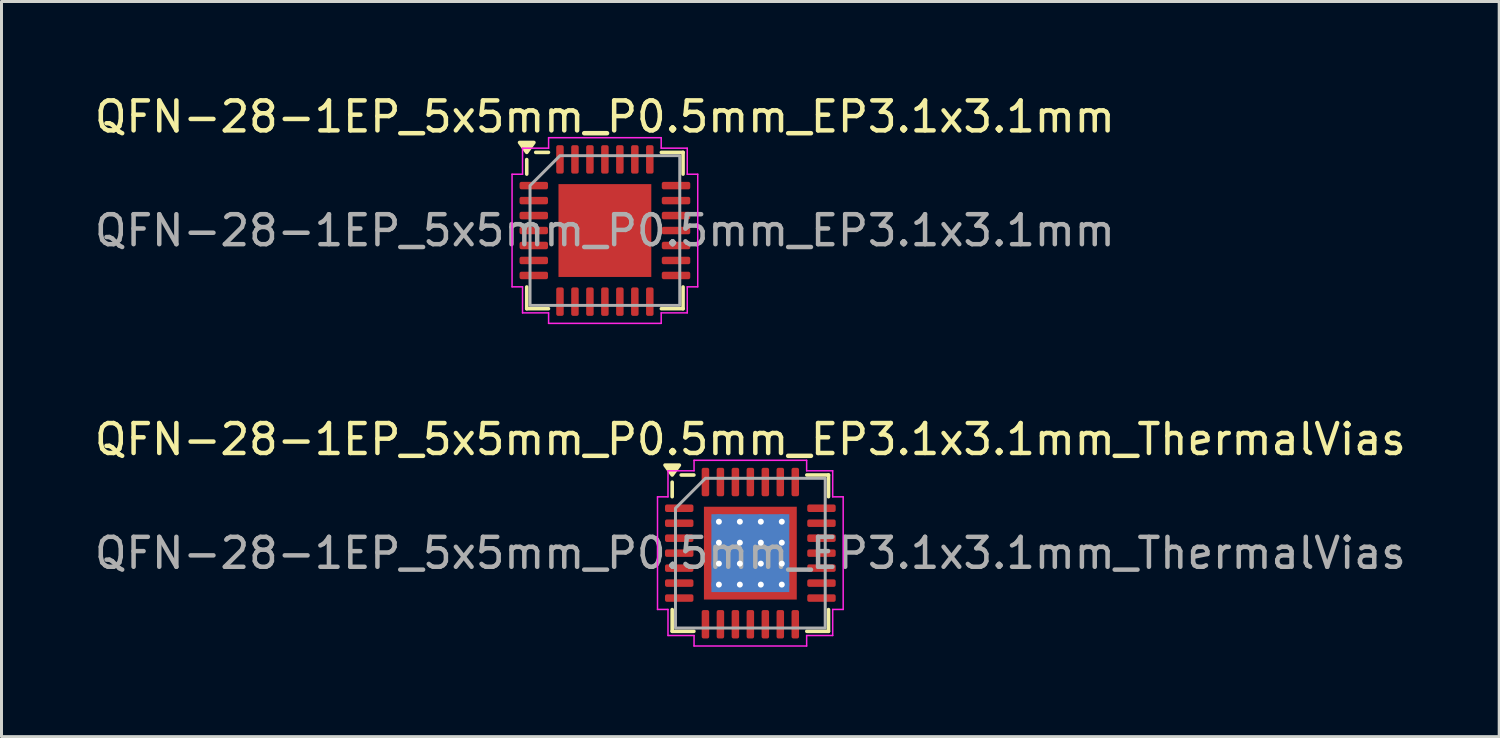
<source format=kicad_pcb>
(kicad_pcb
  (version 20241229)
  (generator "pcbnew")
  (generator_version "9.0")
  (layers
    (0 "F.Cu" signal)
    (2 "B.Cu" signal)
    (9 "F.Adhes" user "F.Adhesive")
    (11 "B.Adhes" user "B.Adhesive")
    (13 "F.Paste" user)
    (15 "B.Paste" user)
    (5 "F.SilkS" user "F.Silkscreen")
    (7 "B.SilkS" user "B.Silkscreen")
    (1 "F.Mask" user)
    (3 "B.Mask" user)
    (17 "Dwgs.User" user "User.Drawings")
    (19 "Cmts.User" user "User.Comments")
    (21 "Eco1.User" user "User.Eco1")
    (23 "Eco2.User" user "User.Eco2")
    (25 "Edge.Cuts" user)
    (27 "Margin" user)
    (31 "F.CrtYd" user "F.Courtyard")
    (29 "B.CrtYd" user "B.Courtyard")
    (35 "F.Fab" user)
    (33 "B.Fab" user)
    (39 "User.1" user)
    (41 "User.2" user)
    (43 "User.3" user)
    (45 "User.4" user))
  (footprint "QFN-28-1EP_5x5mm_P0.5mm_EP3.1x3.1mm_ThermalVias"
    (layer "F.Cu")
    (at 22.006 15.421)
    (property "Reference" "QFN-28-1EP_5x5mm_P0.5mm_EP3.1x3.1mm_ThermalVias" (at 0 -3.8 0) (layer "F.SilkS") (effects (font (size 1 1) (thickness 0.15))))
    (attr smd)
    (fp_line (start -2.61 -1.885) (end -2.61 -2.37) (stroke (width 0.12) (type solid)) (layer "F.SilkS"))
    (fp_line (start -2.61 2.61) (end -2.61 1.885) (stroke (width 0.12) (type solid)) (layer "F.SilkS"))
    (fp_line (start -1.885 -2.61) (end -2.31 -2.61) (stroke (width 0.12) (type solid)) (layer "F.SilkS"))
    (fp_line (start -1.885 2.61) (end -2.61 2.61) (stroke (width 0.12) (type solid)) (layer "F.SilkS"))
    (fp_line (start 1.885 -2.61) (end 2.61 -2.61) (stroke (width 0.12) (type solid)) (layer "F.SilkS"))
    (fp_line (start 1.885 2.61) (end 2.61 2.61) (stroke (width 0.12) (type solid)) (layer "F.SilkS"))
    (fp_line (start 2.61 -2.61) (end 2.61 -1.885) (stroke (width 0.12) (type solid)) (layer "F.SilkS"))
    (fp_line (start 2.61 2.61) (end 2.61 1.885) (stroke (width 0.12) (type solid)) (layer "F.SilkS"))
    (fp_poly (pts (xy -2.61 -2.61) (xy -2.85 -2.94) (xy -2.37 -2.94)) (stroke (width 0.12) (type solid)) (fill yes) (layer "F.SilkS"))
    (fp_line (start -3.1 -1.88) (end -2.75 -1.88) (stroke (width 0.05) (type solid)) (layer "F.CrtYd"))
    (fp_line (start -3.1 1.88) (end -3.1 -1.88) (stroke (width 0.05) (type solid)) (layer "F.CrtYd"))
    (fp_line (start -2.75 -2.75) (end -1.88 -2.75) (stroke (width 0.05) (type solid)) (layer "F.CrtYd"))
    (fp_line (start -2.75 -1.88) (end -2.75 -2.75) (stroke (width 0.05) (type solid)) (layer "F.CrtYd"))
    (fp_line (start -2.75 1.88) (end -3.1 1.88) (stroke (width 0.05) (type solid)) (layer "F.CrtYd"))
    (fp_line (start -2.75 2.75) (end -2.75 1.88) (stroke (width 0.05) (type solid)) (layer "F.CrtYd"))
    (fp_line (start -1.88 -3.1) (end 1.88 -3.1) (stroke (width 0.05) (type solid)) (layer "F.CrtYd"))
    (fp_line (start -1.88 -2.75) (end -1.88 -3.1) (stroke (width 0.05) (type solid)) (layer "F.CrtYd"))
    (fp_line (start -1.88 2.75) (end -2.75 2.75) (stroke (width 0.05) (type solid)) (layer "F.CrtYd"))
    (fp_line (start -1.88 3.1) (end -1.88 2.75) (stroke (width 0.05) (type solid)) (layer "F.CrtYd"))
    (fp_line (start 1.88 -3.1) (end 1.88 -2.75) (stroke (width 0.05) (type solid)) (layer "F.CrtYd"))
    (fp_line (start 1.88 -2.75) (end 2.75 -2.75) (stroke (width 0.05) (type solid)) (layer "F.CrtYd"))
    (fp_line (start 1.88 2.75) (end 1.88 3.1) (stroke (width 0.05) (type solid)) (layer "F.CrtYd"))
    (fp_line (start 1.88 3.1) (end -1.88 3.1) (stroke (width 0.05) (type solid)) (layer "F.CrtYd"))
    (fp_line (start 2.75 -2.75) (end 2.75 -1.88) (stroke (width 0.05) (type solid)) (layer "F.CrtYd"))
    (fp_line (start 2.75 -1.88) (end 3.1 -1.88) (stroke (width 0.05) (type solid)) (layer "F.CrtYd"))
    (fp_line (start 2.75 1.88) (end 2.75 2.75) (stroke (width 0.05) (type solid)) (layer "F.CrtYd"))
    (fp_line (start 2.75 2.75) (end 1.88 2.75) (stroke (width 0.05) (type solid)) (layer "F.CrtYd"))
    (fp_line (start 3.1 -1.88) (end 3.1 1.88) (stroke (width 0.05) (type solid)) (layer "F.CrtYd"))
    (fp_line (start 3.1 1.88) (end 2.75 1.88) (stroke (width 0.05) (type solid)) (layer "F.CrtYd"))
    (fp_poly (pts (xy -2.5 -1.5) (xy -2.5 2.5) (xy 2.5 2.5) (xy 2.5 -2.5) (xy -1.5 -2.5)) (stroke (width 0.1) (type solid)) (fill no) (layer "F.Fab"))
    (fp_text user "${REFERENCE}" (at 0 0 0) (layer "F.Fab") (effects (font (size 1 1) (thickness 0.15))))
    (pad "" smd roundrect (at -1.03 -1.03) (size 0.83 0.83) (layers "F.Paste") (roundrect_rratio 0.25))
    (pad "" smd roundrect (at -1.03 0) (size 0.83 0.83) (layers "F.Paste") (roundrect_rratio 0.25))
    (pad "" smd roundrect (at -1.03 1.03) (size 0.83 0.83) (layers "F.Paste") (roundrect_rratio 0.25))
    (pad "" smd roundrect (at 0 -1.03) (size 0.83 0.83) (layers "F.Paste") (roundrect_rratio 0.25))
    (pad "" smd roundrect (at 0 0) (size 0.83 0.83) (layers "F.Paste") (roundrect_rratio 0.25))
    (pad "" smd roundrect (at 0 1.03) (size 0.83 0.83) (layers "F.Paste") (roundrect_rratio 0.25))
    (pad "" smd roundrect (at 1.03 -1.03) (size 0.83 0.83) (layers "F.Paste") (roundrect_rratio 0.25))
    (pad "" smd roundrect (at 1.03 0) (size 0.83 0.83) (layers "F.Paste") (roundrect_rratio 0.25))
    (pad "" smd roundrect (at 1.03 1.03) (size 0.83 0.83) (layers "F.Paste") (roundrect_rratio 0.25))
    (pad "1" smd roundrect (at -2.375 -1.5) (size 0.95 0.25) (layers "F.Cu" "F.Mask" "F.Paste") (roundrect_rratio 0.25))
    (pad "2" smd roundrect (at -2.375 -1) (size 0.95 0.25) (layers "F.Cu" "F.Mask" "F.Paste") (roundrect_rratio 0.25))
    (pad "3" smd roundrect (at -2.375 -0.5) (size 0.95 0.25) (layers "F.Cu" "F.Mask" "F.Paste") (roundrect_rratio 0.25))
    (pad "4" smd roundrect (at -2.375 0) (size 0.95 0.25) (layers "F.Cu" "F.Mask" "F.Paste") (roundrect_rratio 0.25))
    (pad "5" smd roundrect (at -2.375 0.5) (size 0.95 0.25) (layers "F.Cu" "F.Mask" "F.Paste") (roundrect_rratio 0.25))
    (pad "6" smd roundrect (at -2.375 1) (size 0.95 0.25) (layers "F.Cu" "F.Mask" "F.Paste") (roundrect_rratio 0.25))
    (pad "7" smd roundrect (at -2.375 1.5) (size 0.95 0.25) (layers "F.Cu" "F.Mask" "F.Paste") (roundrect_rratio 0.25))
    (pad "8" smd roundrect (at -1.5 2.375) (size 0.25 0.95) (layers "F.Cu" "F.Mask" "F.Paste") (roundrect_rratio 0.25))
    (pad "9" smd roundrect (at -1 2.375) (size 0.25 0.95) (layers "F.Cu" "F.Mask" "F.Paste") (roundrect_rratio 0.25))
    (pad "10" smd roundrect (at -0.5 2.375) (size 0.25 0.95) (layers "F.Cu" "F.Mask" "F.Paste") (roundrect_rratio 0.25))
    (pad "11" smd roundrect (at 0 2.375) (size 0.25 0.95) (layers "F.Cu" "F.Mask" "F.Paste") (roundrect_rratio 0.25))
    (pad "12" smd roundrect (at 0.5 2.375) (size 0.25 0.95) (layers "F.Cu" "F.Mask" "F.Paste") (roundrect_rratio 0.25))
    (pad "13" smd roundrect (at 1 2.375) (size 0.25 0.95) (layers "F.Cu" "F.Mask" "F.Paste") (roundrect_rratio 0.25))
    (pad "14" smd roundrect (at 1.5 2.375) (size 0.25 0.95) (layers "F.Cu" "F.Mask" "F.Paste") (roundrect_rratio 0.25))
    (pad "15" smd roundrect (at 2.375 1.5) (size 0.95 0.25) (layers "F.Cu" "F.Mask" "F.Paste") (roundrect_rratio 0.25))
    (pad "16" smd roundrect (at 2.375 1) (size 0.95 0.25) (layers "F.Cu" "F.Mask" "F.Paste") (roundrect_rratio 0.25))
    (pad "17" smd roundrect (at 2.375 0.5) (size 0.95 0.25) (layers "F.Cu" "F.Mask" "F.Paste") (roundrect_rratio 0.25))
    (pad "18" smd roundrect (at 2.375 0) (size 0.95 0.25) (layers "F.Cu" "F.Mask" "F.Paste") (roundrect_rratio 0.25))
    (pad "19" smd roundrect (at 2.375 -0.5) (size 0.95 0.25) (layers "F.Cu" "F.Mask" "F.Paste") (roundrect_rratio 0.25))
    (pad "20" smd roundrect (at 2.375 -1) (size 0.95 0.25) (layers "F.Cu" "F.Mask" "F.Paste") (roundrect_rratio 0.25))
    (pad "21" smd roundrect (at 2.375 -1.5) (size 0.95 0.25) (layers "F.Cu" "F.Mask" "F.Paste") (roundrect_rratio 0.25))
    (pad "22" smd roundrect (at 1.5 -2.375) (size 0.25 0.95) (layers "F.Cu" "F.Mask" "F.Paste") (roundrect_rratio 0.25))
    (pad "23" smd roundrect (at 1 -2.375) (size 0.25 0.95) (layers "F.Cu" "F.Mask" "F.Paste") (roundrect_rratio 0.25))
    (pad "24" smd roundrect (at 0.5 -2.375) (size 0.25 0.95) (layers "F.Cu" "F.Mask" "F.Paste") (roundrect_rratio 0.25))
    (pad "25" smd roundrect (at 0 -2.375) (size 0.25 0.95) (layers "F.Cu" "F.Mask" "F.Paste") (roundrect_rratio 0.25))
    (pad "26" smd roundrect (at -0.5 -2.375) (size 0.25 0.95) (layers "F.Cu" "F.Mask" "F.Paste") (roundrect_rratio 0.25))
    (pad "27" smd roundrect (at -1 -2.375) (size 0.25 0.95) (layers "F.Cu" "F.Mask" "F.Paste") (roundrect_rratio 0.25))
    (pad "28" smd roundrect (at -1.5 -2.375) (size 0.25 0.95) (layers "F.Cu" "F.Mask" "F.Paste") (roundrect_rratio 0.25))
    (pad "29" thru_hole circle (at -1.05 -1.05) (size 0.5 0.5) (drill 0.2) (property pad_prop_heatsink) (layers "*.Cu"))
    (pad "29" thru_hole circle (at -1.05 -0.35) (size 0.5 0.5) (drill 0.2) (property pad_prop_heatsink) (layers "*.Cu"))
    (pad "29" thru_hole circle (at -1.05 0.35) (size 0.5 0.5) (drill 0.2) (property pad_prop_heatsink) (layers "*.Cu"))
    (pad "29" thru_hole circle (at -1.05 1.05) (size 0.5 0.5) (drill 0.2) (property pad_prop_heatsink) (layers "*.Cu"))
    (pad "29" thru_hole circle (at -0.35 -1.05) (size 0.5 0.5) (drill 0.2) (property pad_prop_heatsink) (layers "*.Cu"))
    (pad "29" thru_hole circle (at -0.35 -0.35) (size 0.5 0.5) (drill 0.2) (property pad_prop_heatsink) (layers "*.Cu"))
    (pad "29" thru_hole circle (at -0.35 0.35) (size 0.5 0.5) (drill 0.2) (property pad_prop_heatsink) (layers "*.Cu"))
    (pad "29" thru_hole circle (at -0.35 1.05) (size 0.5 0.5) (drill 0.2) (property pad_prop_heatsink) (layers "*.Cu"))
    (pad "29" smd rect (at 0 0) (size 2.6 2.6) (property pad_prop_heatsink) (layers "B.Cu"))
    (pad "29" smd rect (at 0 0) (size 3.1 3.1) (property pad_prop_heatsink) (layers "F.Cu" "F.Mask"))
    (pad "29" thru_hole circle (at 0.35 -1.05) (size 0.5 0.5) (drill 0.2) (property pad_prop_heatsink) (layers "*.Cu"))
    (pad "29" thru_hole circle (at 0.35 -0.35) (size 0.5 0.5) (drill 0.2) (property pad_prop_heatsink) (layers "*.Cu"))
    (pad "29" thru_hole circle (at 0.35 0.35) (size 0.5 0.5) (drill 0.2) (property pad_prop_heatsink) (layers "*.Cu"))
    (pad "29" thru_hole circle (at 0.35 1.05) (size 0.5 0.5) (drill 0.2) (property pad_prop_heatsink) (layers "*.Cu"))
    (pad "29" thru_hole circle (at 1.05 -1.05) (size 0.5 0.5) (drill 0.2) (property pad_prop_heatsink) (layers "*.Cu"))
    (pad "29" thru_hole circle (at 1.05 -0.35) (size 0.5 0.5) (drill 0.2) (property pad_prop_heatsink) (layers "*.Cu"))
    (pad "29" thru_hole circle (at 1.05 0.35) (size 0.5 0.5) (drill 0.2) (property pad_prop_heatsink) (layers "*.Cu"))
    (pad "29" thru_hole circle (at 1.05 1.05) (size 0.5 0.5) (drill 0.2) (property pad_prop_heatsink) (layers "*.Cu")))
  (footprint "QFN-28-1EP_5x5mm_P0.5mm_EP3.1x3.1mm"
    (layer "F.Cu")
    (at 17.149 4.648)
    (property "Reference" "QFN-28-1EP_5x5mm_P0.5mm_EP3.1x3.1mm" (at 0 -3.8 0) (layer "F.SilkS") (effects (font (size 1 1) (thickness 0.15))))
    (attr smd)
    (fp_line (start -2.61 -1.885) (end -2.61 -2.37) (stroke (width 0.12) (type solid)) (layer "F.SilkS"))
    (fp_line (start -2.61 2.61) (end -2.61 1.885) (stroke (width 0.12) (type solid)) (layer "F.SilkS"))
    (fp_line (start -1.885 -2.61) (end -2.31 -2.61) (stroke (width 0.12) (type solid)) (layer "F.SilkS"))
    (fp_line (start -1.885 2.61) (end -2.61 2.61) (stroke (width 0.12) (type solid)) (layer "F.SilkS"))
    (fp_line (start 1.885 -2.61) (end 2.61 -2.61) (stroke (width 0.12) (type solid)) (layer "F.SilkS"))
    (fp_line (start 1.885 2.61) (end 2.61 2.61) (stroke (width 0.12) (type solid)) (layer "F.SilkS"))
    (fp_line (start 2.61 -2.61) (end 2.61 -1.885) (stroke (width 0.12) (type solid)) (layer "F.SilkS"))
    (fp_line (start 2.61 2.61) (end 2.61 1.885) (stroke (width 0.12) (type solid)) (layer "F.SilkS"))
    (fp_poly (pts (xy -2.61 -2.61) (xy -2.85 -2.94) (xy -2.37 -2.94)) (stroke (width 0.12) (type solid)) (fill yes) (layer "F.SilkS"))
    (fp_line (start -3.1 -1.88) (end -2.75 -1.88) (stroke (width 0.05) (type solid)) (layer "F.CrtYd"))
    (fp_line (start -3.1 1.88) (end -3.1 -1.88) (stroke (width 0.05) (type solid)) (layer "F.CrtYd"))
    (fp_line (start -2.75 -2.75) (end -1.88 -2.75) (stroke (width 0.05) (type solid)) (layer "F.CrtYd"))
    (fp_line (start -2.75 -1.88) (end -2.75 -2.75) (stroke (width 0.05) (type solid)) (layer "F.CrtYd"))
    (fp_line (start -2.75 1.88) (end -3.1 1.88) (stroke (width 0.05) (type solid)) (layer "F.CrtYd"))
    (fp_line (start -2.75 2.75) (end -2.75 1.88) (stroke (width 0.05) (type solid)) (layer "F.CrtYd"))
    (fp_line (start -1.88 -3.1) (end 1.88 -3.1) (stroke (width 0.05) (type solid)) (layer "F.CrtYd"))
    (fp_line (start -1.88 -2.75) (end -1.88 -3.1) (stroke (width 0.05) (type solid)) (layer "F.CrtYd"))
    (fp_line (start -1.88 2.75) (end -2.75 2.75) (stroke (width 0.05) (type solid)) (layer "F.CrtYd"))
    (fp_line (start -1.88 3.1) (end -1.88 2.75) (stroke (width 0.05) (type solid)) (layer "F.CrtYd"))
    (fp_line (start 1.88 -3.1) (end 1.88 -2.75) (stroke (width 0.05) (type solid)) (layer "F.CrtYd"))
    (fp_line (start 1.88 -2.75) (end 2.75 -2.75) (stroke (width 0.05) (type solid)) (layer "F.CrtYd"))
    (fp_line (start 1.88 2.75) (end 1.88 3.1) (stroke (width 0.05) (type solid)) (layer "F.CrtYd"))
    (fp_line (start 1.88 3.1) (end -1.88 3.1) (stroke (width 0.05) (type solid)) (layer "F.CrtYd"))
    (fp_line (start 2.75 -2.75) (end 2.75 -1.88) (stroke (width 0.05) (type solid)) (layer "F.CrtYd"))
    (fp_line (start 2.75 -1.88) (end 3.1 -1.88) (stroke (width 0.05) (type solid)) (layer "F.CrtYd"))
    (fp_line (start 2.75 1.88) (end 2.75 2.75) (stroke (width 0.05) (type solid)) (layer "F.CrtYd"))
    (fp_line (start 2.75 2.75) (end 1.88 2.75) (stroke (width 0.05) (type solid)) (layer "F.CrtYd"))
    (fp_line (start 3.1 -1.88) (end 3.1 1.88) (stroke (width 0.05) (type solid)) (layer "F.CrtYd"))
    (fp_line (start 3.1 1.88) (end 2.75 1.88) (stroke (width 0.05) (type solid)) (layer "F.CrtYd"))
    (fp_poly (pts (xy -2.5 -1.5) (xy -2.5 2.5) (xy 2.5 2.5) (xy 2.5 -2.5) (xy -1.5 -2.5)) (stroke (width 0.1) (type solid)) (fill no) (layer "F.Fab"))
    (fp_text user "${REFERENCE}" (at 0 0 0) (layer "F.Fab") (effects (font (size 1 1) (thickness 0.15))))
    (pad "" smd roundrect (at -1.03 -1.03) (size 0.83 0.83) (layers "F.Paste") (roundrect_rratio 0.25))
    (pad "" smd roundrect (at -1.03 0) (size 0.83 0.83) (layers "F.Paste") (roundrect_rratio 0.25))
    (pad "" smd roundrect (at -1.03 1.03) (size 0.83 0.83) (layers "F.Paste") (roundrect_rratio 0.25))
    (pad "" smd roundrect (at 0 -1.03) (size 0.83 0.83) (layers "F.Paste") (roundrect_rratio 0.25))
    (pad "" smd roundrect (at 0 0) (size 0.83 0.83) (layers "F.Paste") (roundrect_rratio 0.25))
    (pad "" smd roundrect (at 0 1.03) (size 0.83 0.83) (layers "F.Paste") (roundrect_rratio 0.25))
    (pad "" smd roundrect (at 1.03 -1.03) (size 0.83 0.83) (layers "F.Paste") (roundrect_rratio 0.25))
    (pad "" smd roundrect (at 1.03 0) (size 0.83 0.83) (layers "F.Paste") (roundrect_rratio 0.25))
    (pad "" smd roundrect (at 1.03 1.03) (size 0.83 0.83) (layers "F.Paste") (roundrect_rratio 0.25))
    (pad "1" smd roundrect (at -2.375 -1.5) (size 0.95 0.25) (layers "F.Cu" "F.Mask" "F.Paste") (roundrect_rratio 0.25))
    (pad "2" smd roundrect (at -2.375 -1) (size 0.95 0.25) (layers "F.Cu" "F.Mask" "F.Paste") (roundrect_rratio 0.25))
    (pad "3" smd roundrect (at -2.375 -0.5) (size 0.95 0.25) (layers "F.Cu" "F.Mask" "F.Paste") (roundrect_rratio 0.25))
    (pad "4" smd roundrect (at -2.375 0) (size 0.95 0.25) (layers "F.Cu" "F.Mask" "F.Paste") (roundrect_rratio 0.25))
    (pad "5" smd roundrect (at -2.375 0.5) (size 0.95 0.25) (layers "F.Cu" "F.Mask" "F.Paste") (roundrect_rratio 0.25))
    (pad "6" smd roundrect (at -2.375 1) (size 0.95 0.25) (layers "F.Cu" "F.Mask" "F.Paste") (roundrect_rratio 0.25))
    (pad "7" smd roundrect (at -2.375 1.5) (size 0.95 0.25) (layers "F.Cu" "F.Mask" "F.Paste") (roundrect_rratio 0.25))
    (pad "8" smd roundrect (at -1.5 2.375) (size 0.25 0.95) (layers "F.Cu" "F.Mask" "F.Paste") (roundrect_rratio 0.25))
    (pad "9" smd roundrect (at -1 2.375) (size 0.25 0.95) (layers "F.Cu" "F.Mask" "F.Paste") (roundrect_rratio 0.25))
    (pad "10" smd roundrect (at -0.5 2.375) (size 0.25 0.95) (layers "F.Cu" "F.Mask" "F.Paste") (roundrect_rratio 0.25))
    (pad "11" smd roundrect (at 0 2.375) (size 0.25 0.95) (layers "F.Cu" "F.Mask" "F.Paste") (roundrect_rratio 0.25))
    (pad "12" smd roundrect (at 0.5 2.375) (size 0.25 0.95) (layers "F.Cu" "F.Mask" "F.Paste") (roundrect_rratio 0.25))
    (pad "13" smd roundrect (at 1 2.375) (size 0.25 0.95) (layers "F.Cu" "F.Mask" "F.Paste") (roundrect_rratio 0.25))
    (pad "14" smd roundrect (at 1.5 2.375) (size 0.25 0.95) (layers "F.Cu" "F.Mask" "F.Paste") (roundrect_rratio 0.25))
    (pad "15" smd roundrect (at 2.375 1.5) (size 0.95 0.25) (layers "F.Cu" "F.Mask" "F.Paste") (roundrect_rratio 0.25))
    (pad "16" smd roundrect (at 2.375 1) (size 0.95 0.25) (layers "F.Cu" "F.Mask" "F.Paste") (roundrect_rratio 0.25))
    (pad "17" smd roundrect (at 2.375 0.5) (size 0.95 0.25) (layers "F.Cu" "F.Mask" "F.Paste") (roundrect_rratio 0.25))
    (pad "18" smd roundrect (at 2.375 0) (size 0.95 0.25) (layers "F.Cu" "F.Mask" "F.Paste") (roundrect_rratio 0.25))
    (pad "19" smd roundrect (at 2.375 -0.5) (size 0.95 0.25) (layers "F.Cu" "F.Mask" "F.Paste") (roundrect_rratio 0.25))
    (pad "20" smd roundrect (at 2.375 -1) (size 0.95 0.25) (layers "F.Cu" "F.Mask" "F.Paste") (roundrect_rratio 0.25))
    (pad "21" smd roundrect (at 2.375 -1.5) (size 0.95 0.25) (layers "F.Cu" "F.Mask" "F.Paste") (roundrect_rratio 0.25))
    (pad "22" smd roundrect (at 1.5 -2.375) (size 0.25 0.95) (layers "F.Cu" "F.Mask" "F.Paste") (roundrect_rratio 0.25))
    (pad "23" smd roundrect (at 1 -2.375) (size 0.25 0.95) (layers "F.Cu" "F.Mask" "F.Paste") (roundrect_rratio 0.25))
    (pad "24" smd roundrect (at 0.5 -2.375) (size 0.25 0.95) (layers "F.Cu" "F.Mask" "F.Paste") (roundrect_rratio 0.25))
    (pad "25" smd roundrect (at 0 -2.375) (size 0.25 0.95) (layers "F.Cu" "F.Mask" "F.Paste") (roundrect_rratio 0.25))
    (pad "26" smd roundrect (at -0.5 -2.375) (size 0.25 0.95) (layers "F.Cu" "F.Mask" "F.Paste") (roundrect_rratio 0.25))
    (pad "27" smd roundrect (at -1 -2.375) (size 0.25 0.95) (layers "F.Cu" "F.Mask" "F.Paste") (roundrect_rratio 0.25))
    (pad "28" smd roundrect (at -1.5 -2.375) (size 0.25 0.95) (layers "F.Cu" "F.Mask" "F.Paste") (roundrect_rratio 0.25))
    (pad "29" smd rect (at 0 0) (size 3.1 3.1) (property pad_prop_heatsink) (layers "F.Cu" "F.Mask")))
  (gr_rect
    (start -3 -3)
    (end 47.012 21.547)
    (stroke (width 0.1) (type default))
    (fill no)
    (layer "Edge.Cuts")))
</source>
